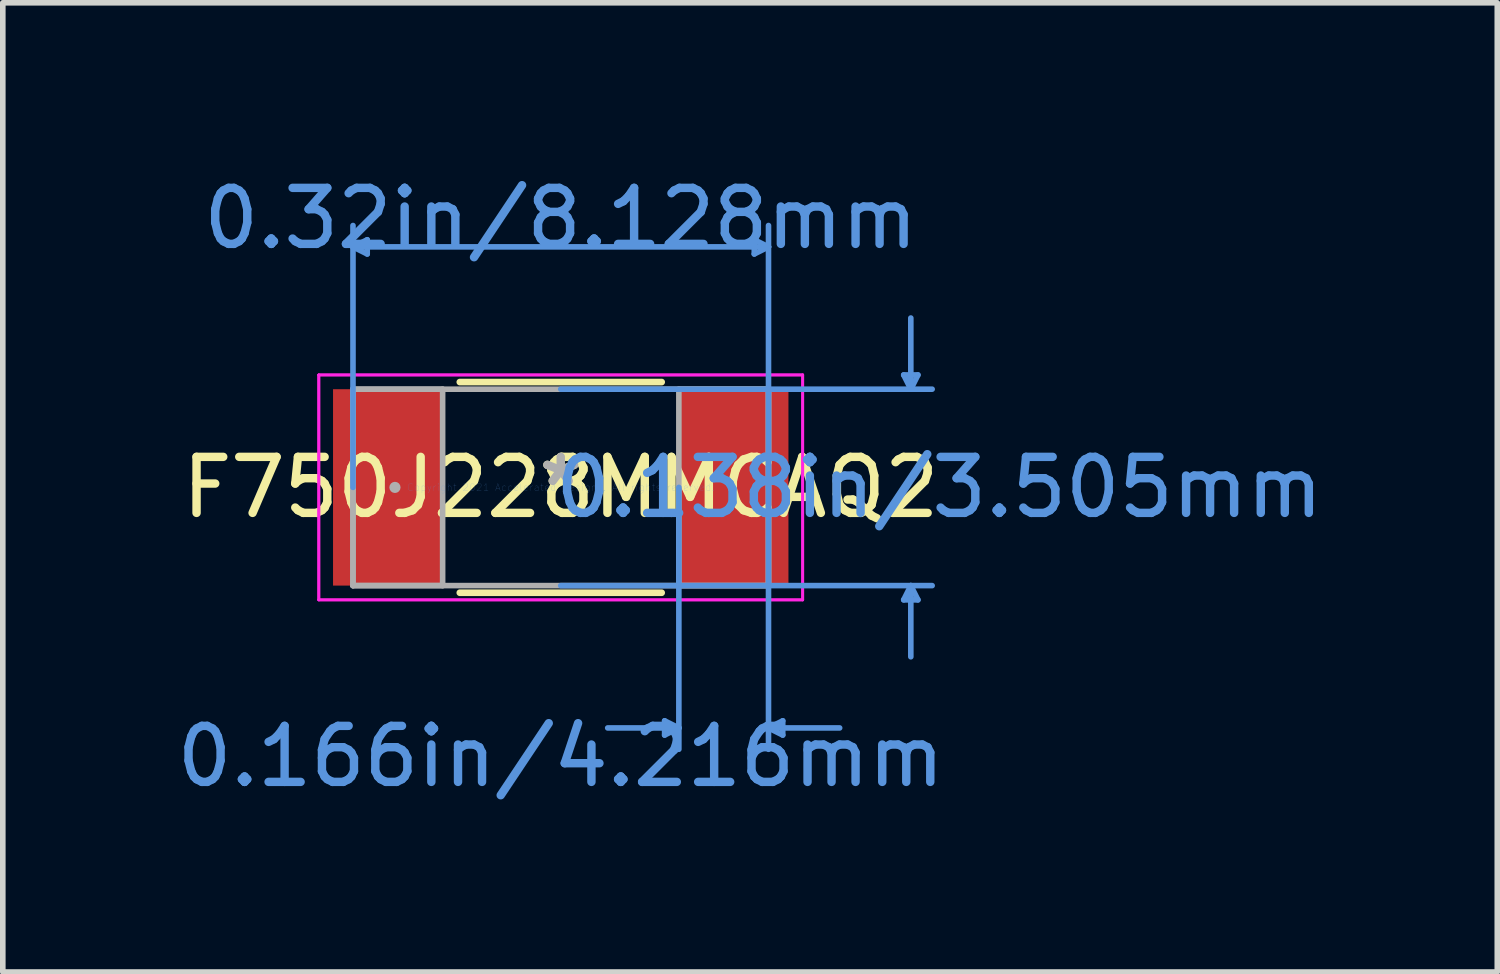
<source format=kicad_pcb>
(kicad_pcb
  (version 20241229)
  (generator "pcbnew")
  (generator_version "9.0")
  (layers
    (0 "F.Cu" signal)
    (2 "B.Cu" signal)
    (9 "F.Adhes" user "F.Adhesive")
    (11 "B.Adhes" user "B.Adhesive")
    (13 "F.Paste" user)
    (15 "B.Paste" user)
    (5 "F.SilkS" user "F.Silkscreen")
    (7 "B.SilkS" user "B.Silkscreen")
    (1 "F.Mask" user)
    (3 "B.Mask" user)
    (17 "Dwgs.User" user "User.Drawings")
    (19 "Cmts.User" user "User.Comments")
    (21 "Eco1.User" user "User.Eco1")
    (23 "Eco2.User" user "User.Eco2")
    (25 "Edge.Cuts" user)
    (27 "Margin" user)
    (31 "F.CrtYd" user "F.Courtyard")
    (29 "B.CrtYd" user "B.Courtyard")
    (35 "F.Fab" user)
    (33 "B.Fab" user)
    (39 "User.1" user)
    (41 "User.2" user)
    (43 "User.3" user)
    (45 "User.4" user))
  (footprint "F750J228MMCAQ2"
    (layer "F.Cu")
    (at 6.958 5.649)
    (property "Reference" "F750J228MMCAQ2" (at 0 0 0) (layer "F.SilkS") (effects (font (size 1 1) (thickness 0.15))))
    (attr through_hole)
    (fp_line (start -1.801 1.88) (end 1.801 1.88) (stroke (width 0.12) (type solid)) (layer "F.SilkS"))
    (fp_line (start 1.801 -1.88) (end -1.801 -1.88) (stroke (width 0.12) (type solid)) (layer "F.SilkS"))
    (fp_line (start -3.708 -4.293) (end -3.454 -4.42) (stroke (width 0.1) (type solid)) (layer "Cmts.User"))
    (fp_line (start -3.708 -4.293) (end -3.454 -4.166) (stroke (width 0.1) (type solid)) (layer "Cmts.User"))
    (fp_line (start -3.708 -4.293) (end 3.708 -4.293) (stroke (width 0.1) (type solid)) (layer "Cmts.User"))
    (fp_line (start -3.708 0) (end -3.708 -4.674) (stroke (width 0.1) (type solid)) (layer "Cmts.User"))
    (fp_line (start -3.454 -4.42) (end -3.454 -4.166) (stroke (width 0.1) (type solid)) (layer "Cmts.User"))
    (fp_line (start 0 -1.753) (end 6.629 -1.753) (stroke (width 0.1) (type solid)) (layer "Cmts.User"))
    (fp_line (start 0 1.753) (end 6.629 1.753) (stroke (width 0.1) (type solid)) (layer "Cmts.User"))
    (fp_line (start 1.854 4.166) (end 1.854 4.42) (stroke (width 0.1) (type solid)) (layer "Cmts.User"))
    (fp_line (start 2.108 0) (end 2.108 4.674) (stroke (width 0.1) (type solid)) (layer "Cmts.User"))
    (fp_line (start 2.108 4.293) (end 0.838 4.293) (stroke (width 0.1) (type solid)) (layer "Cmts.User"))
    (fp_line (start 2.108 4.293) (end 1.854 4.166) (stroke (width 0.1) (type solid)) (layer "Cmts.User"))
    (fp_line (start 2.108 4.293) (end 1.854 4.42) (stroke (width 0.1) (type solid)) (layer "Cmts.User"))
    (fp_line (start 3.454 -4.42) (end 3.454 -4.166) (stroke (width 0.1) (type solid)) (layer "Cmts.User"))
    (fp_line (start 3.708 -4.293) (end 3.454 -4.42) (stroke (width 0.1) (type solid)) (layer "Cmts.User"))
    (fp_line (start 3.708 -4.293) (end 3.454 -4.166) (stroke (width 0.1) (type solid)) (layer "Cmts.User"))
    (fp_line (start 3.708 0) (end 3.708 -4.674) (stroke (width 0.1) (type solid)) (layer "Cmts.User"))
    (fp_line (start 3.708 0) (end 3.708 4.674) (stroke (width 0.1) (type solid)) (layer "Cmts.User"))
    (fp_line (start 3.708 4.293) (end 3.962 4.166) (stroke (width 0.1) (type solid)) (layer "Cmts.User"))
    (fp_line (start 3.708 4.293) (end 3.962 4.42) (stroke (width 0.1) (type solid)) (layer "Cmts.User"))
    (fp_line (start 3.708 4.293) (end 4.978 4.293) (stroke (width 0.1) (type solid)) (layer "Cmts.User"))
    (fp_line (start 3.962 4.166) (end 3.962 4.42) (stroke (width 0.1) (type solid)) (layer "Cmts.User"))
    (fp_line (start 6.121 -2.007) (end 6.375 -2.007) (stroke (width 0.1) (type solid)) (layer "Cmts.User"))
    (fp_line (start 6.121 2.007) (end 6.375 2.007) (stroke (width 0.1) (type solid)) (layer "Cmts.User"))
    (fp_line (start 6.248 -1.753) (end 6.121 -2.007) (stroke (width 0.1) (type solid)) (layer "Cmts.User"))
    (fp_line (start 6.248 -1.753) (end 6.248 -3.023) (stroke (width 0.1) (type solid)) (layer "Cmts.User"))
    (fp_line (start 6.248 -1.753) (end 6.375 -2.007) (stroke (width 0.1) (type solid)) (layer "Cmts.User"))
    (fp_line (start 6.248 1.753) (end 6.121 2.007) (stroke (width 0.1) (type solid)) (layer "Cmts.User"))
    (fp_line (start 6.248 1.753) (end 6.248 3.023) (stroke (width 0.1) (type solid)) (layer "Cmts.User"))
    (fp_line (start 6.248 1.753) (end 6.375 2.007) (stroke (width 0.1) (type solid)) (layer "Cmts.User"))
    (fp_line (start -4.318 -2.007) (end 4.318 -2.007) (stroke (width 0.05) (type solid)) (layer "F.CrtYd"))
    (fp_line (start -4.318 -2.007) (end 4.318 -2.007) (stroke (width 0.05) (type solid)) (layer "F.CrtYd"))
    (fp_line (start -4.318 2.007) (end -4.318 -2.007) (stroke (width 0.05) (type solid)) (layer "F.CrtYd"))
    (fp_line (start -4.318 2.007) (end -4.318 -2.007) (stroke (width 0.05) (type solid)) (layer "F.CrtYd"))
    (fp_line (start 4.318 -2.007) (end 4.318 2.007) (stroke (width 0.05) (type solid)) (layer "F.CrtYd"))
    (fp_line (start 4.318 -2.007) (end 4.318 2.007) (stroke (width 0.05) (type solid)) (layer "F.CrtYd"))
    (fp_line (start 4.318 2.007) (end -4.318 2.007) (stroke (width 0.05) (type solid)) (layer "F.CrtYd"))
    (fp_line (start 4.318 2.007) (end -4.318 2.007) (stroke (width 0.05) (type solid)) (layer "F.CrtYd"))
    (fp_line (start -3.708 -1.753) (end -3.708 1.753) (stroke (width 0.1) (type solid)) (layer "F.Fab"))
    (fp_line (start -3.708 -1.753) (end -3.708 1.753) (stroke (width 0.1) (type solid)) (layer "F.Fab"))
    (fp_line (start -3.708 1.753) (end -2.108 1.753) (stroke (width 0.1) (type solid)) (layer "F.Fab"))
    (fp_line (start -3.708 1.753) (end 3.708 1.753) (stroke (width 0.1) (type solid)) (layer "F.Fab"))
    (fp_line (start -2.108 -1.753) (end -3.708 -1.753) (stroke (width 0.1) (type solid)) (layer "F.Fab"))
    (fp_line (start -2.108 1.753) (end -2.108 -1.753) (stroke (width 0.1) (type solid)) (layer "F.Fab"))
    (fp_line (start 2.108 -1.753) (end 2.108 1.753) (stroke (width 0.1) (type solid)) (layer "F.Fab"))
    (fp_line (start 2.108 1.753) (end 3.708 1.753) (stroke (width 0.1) (type solid)) (layer "F.Fab"))
    (fp_line (start 3.708 -1.753) (end -3.708 -1.753) (stroke (width 0.1) (type solid)) (layer "F.Fab"))
    (fp_line (start 3.708 -1.753) (end 2.108 -1.753) (stroke (width 0.1) (type solid)) (layer "F.Fab"))
    (fp_line (start 3.708 1.753) (end 3.708 -1.753) (stroke (width 0.1) (type solid)) (layer "F.Fab"))
    (fp_line (start 3.708 1.753) (end 3.708 -1.753) (stroke (width 0.1) (type solid)) (layer "F.Fab"))
    (fp_circle (center -2.959 0) (end -2.959 0) (stroke (width 0.1) (type solid)) (fill no) (layer "F.Fab"))
    (fp_text user "*" (at 0 0 0) (layer "F.SilkS") (effects (font (size 1 1) (thickness 0.15))))
    (fp_text user "0.138in/3.505mm" (at 6.756 0 0) (layer "Cmts.User") (effects (font (size 1 1) (thickness 0.15))))
    (fp_text user "Copyright 2021 Accelerated Designs. All rights reserved." (at 0 0 0) (layer "Cmts.User") (effects (font (size 0.127 0.127) (thickness 0.002))))
    (fp_text user "0.166in/4.216mm" (at 0 4.801 0) (layer "Cmts.User") (effects (font (size 1 1) (thickness 0.15))))
    (fp_text user "0.32in/8.128mm" (at 0 -4.801 0) (layer "Cmts.User") (effects (font (size 1 1) (thickness 0.15))))
    (fp_text user "*" (at 0 0 0) (layer "F.Fab") (effects (font (size 1 1) (thickness 0.15))))
    (pad "1" smd rect (at -3.086 0) (size 1.956 3.505) (layers "F.Cu" "F.Mask" "F.Paste"))
    (pad "2" smd rect (at 3.086 0) (size 1.956 3.505) (layers "F.Cu" "F.Mask" "F.Paste")))
  (gr_rect
    (start -3 -3)
    (end 23.673 14.298)
    (stroke (width 0.1) (type default))
    (fill no)
    (layer "Edge.Cuts")))
</source>
